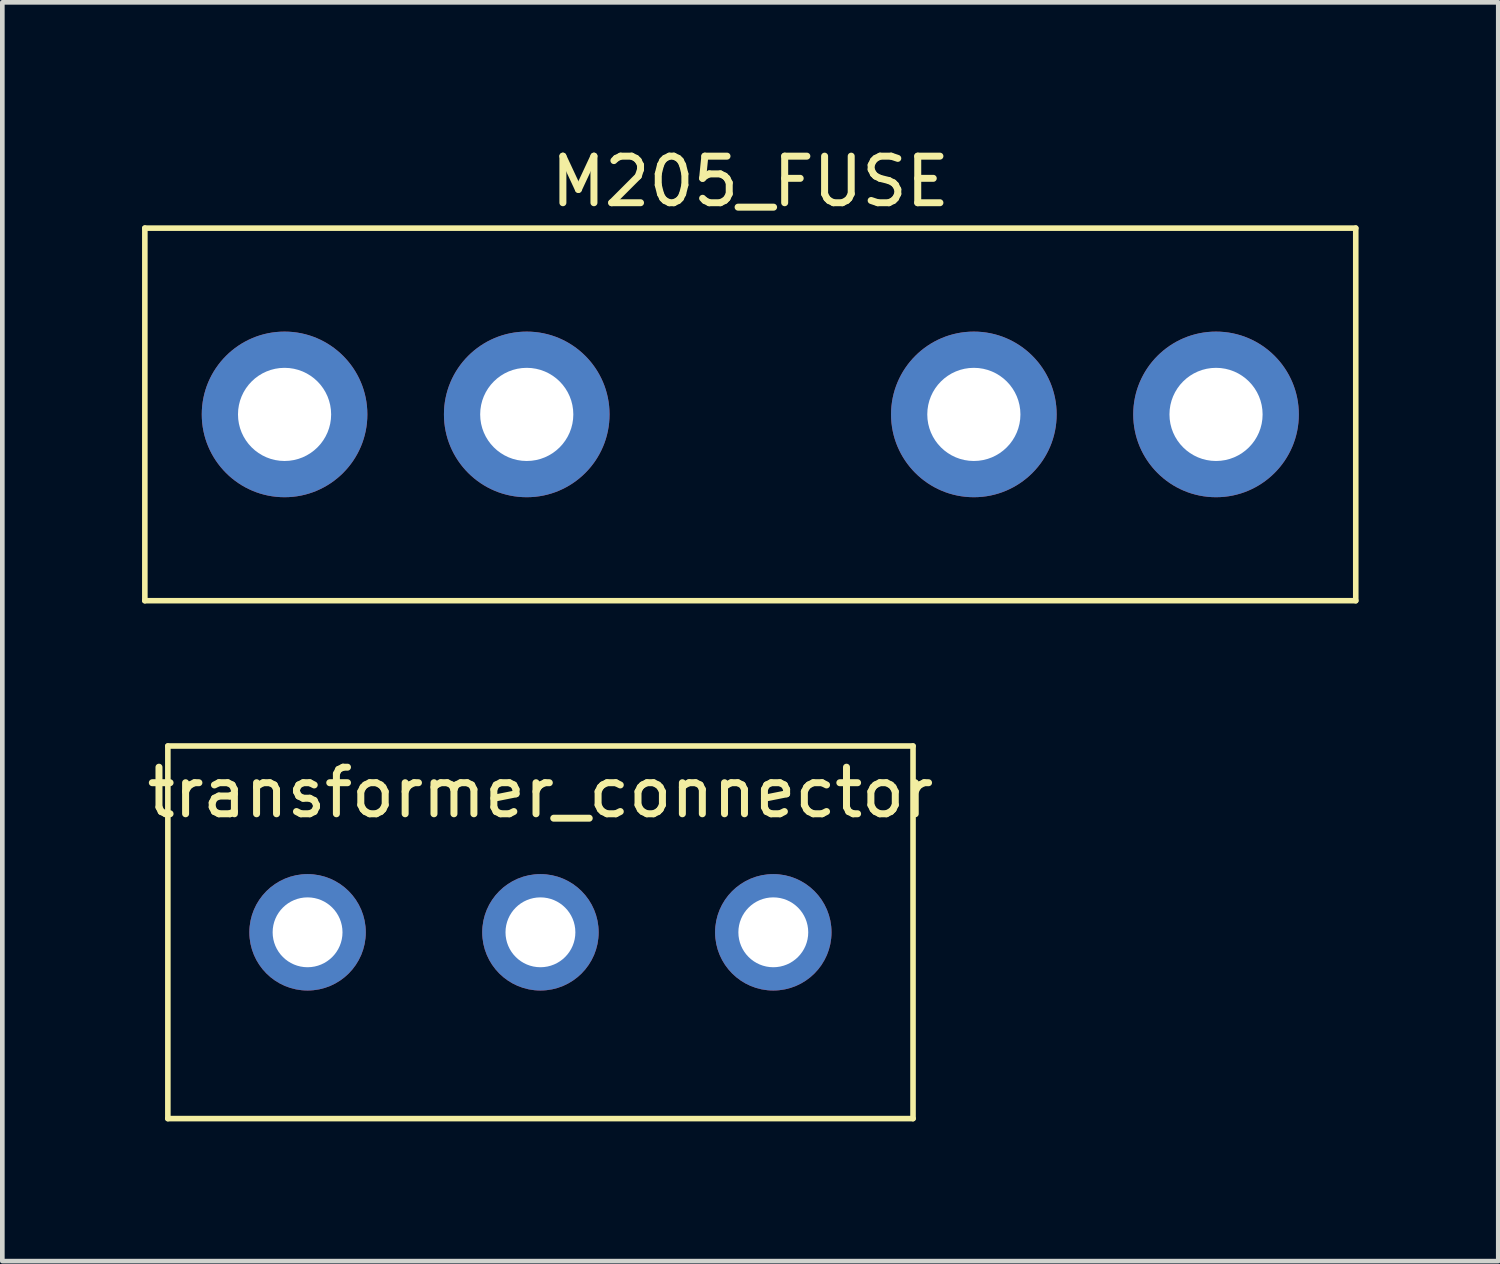
<source format=kicad_pcb>
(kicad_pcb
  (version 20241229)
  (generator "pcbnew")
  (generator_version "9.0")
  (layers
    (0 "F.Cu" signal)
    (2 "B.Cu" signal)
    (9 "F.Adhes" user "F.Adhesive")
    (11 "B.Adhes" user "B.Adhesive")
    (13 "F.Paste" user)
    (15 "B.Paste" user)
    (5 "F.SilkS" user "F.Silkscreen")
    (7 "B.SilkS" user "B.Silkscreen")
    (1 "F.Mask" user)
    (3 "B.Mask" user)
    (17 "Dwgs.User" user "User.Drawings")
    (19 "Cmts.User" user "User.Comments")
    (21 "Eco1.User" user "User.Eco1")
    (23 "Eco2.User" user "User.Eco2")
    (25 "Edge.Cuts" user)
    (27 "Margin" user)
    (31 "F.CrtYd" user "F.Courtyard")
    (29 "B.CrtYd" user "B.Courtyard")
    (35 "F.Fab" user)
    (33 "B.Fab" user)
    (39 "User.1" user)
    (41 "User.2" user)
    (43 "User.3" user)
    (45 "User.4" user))
  (footprint "transformer_connector"
    (layer "F.Cu")
    (at 8.554 16.968)
    (property "Reference" "transformer_connector" (at 0 -3 0) (layer "F.SilkS") (effects (font (size 1 1) (thickness 0.15))))
    (attr through_hole)
    (fp_line (start -8 -4) (end 8 -4) (stroke (width 0.12) (type solid)) (layer "F.SilkS"))
    (fp_line (start -8 4) (end -8 -4) (stroke (width 0.12) (type solid)) (layer "F.SilkS"))
    (fp_line (start 8 -4) (end 8 4) (stroke (width 0.12) (type solid)) (layer "F.SilkS"))
    (fp_line (start 8 4) (end -8 4) (stroke (width 0.12) (type solid)) (layer "F.SilkS"))
    (pad "1" thru_hole circle (at -5 0) (size 2.5 2.5) (drill 1.5) (layers "*.Cu" "*.Mask"))
    (pad "2" thru_hole circle (at 0 0) (size 2.5 2.5) (drill 1.5) (layers "*.Cu" "*.Mask"))
    (pad "3" thru_hole circle (at 5 0) (size 2.5 2.5) (drill 1.5) (layers "*.Cu" "*.Mask")))
  (footprint "M205_FUSE"
    (layer "F.Cu")
    (at 13.06 5.848)
    (property "Reference" "M205_FUSE" (at 0 -5 0) (layer "F.SilkS") (effects (font (size 1 1) (thickness 0.15))))
    (attr through_hole)
    (fp_line (start -13 -4) (end 13 -4) (stroke (width 0.12) (type solid)) (layer "F.SilkS"))
    (fp_line (start -13 4) (end -13 -4) (stroke (width 0.12) (type solid)) (layer "F.SilkS"))
    (fp_line (start 13 -4) (end 13 4) (stroke (width 0.12) (type solid)) (layer "F.SilkS"))
    (fp_line (start 13 4) (end -13 4) (stroke (width 0.12) (type solid)) (layer "F.SilkS"))
    (pad "1" thru_hole circle (at -10 0) (size 3.556 3.556) (drill 2) (layers "*.Cu" "*.Mask"))
    (pad "1" thru_hole circle (at -4.8 0) (size 3.556 3.556) (drill 2) (layers "*.Cu" "*.Mask"))
    (pad "2" thru_hole circle (at 4.8 0) (size 3.556 3.556) (drill 2) (layers "*.Cu" "*.Mask"))
    (pad "2" thru_hole circle (at 10 0) (size 3.556 3.556) (drill 2) (layers "*.Cu" "*.Mask")))
  (gr_rect
    (start -3 -3)
    (end 29.12 24.028)
    (stroke (width 0.1) (type default))
    (fill no)
    (layer "Edge.Cuts")))
</source>
